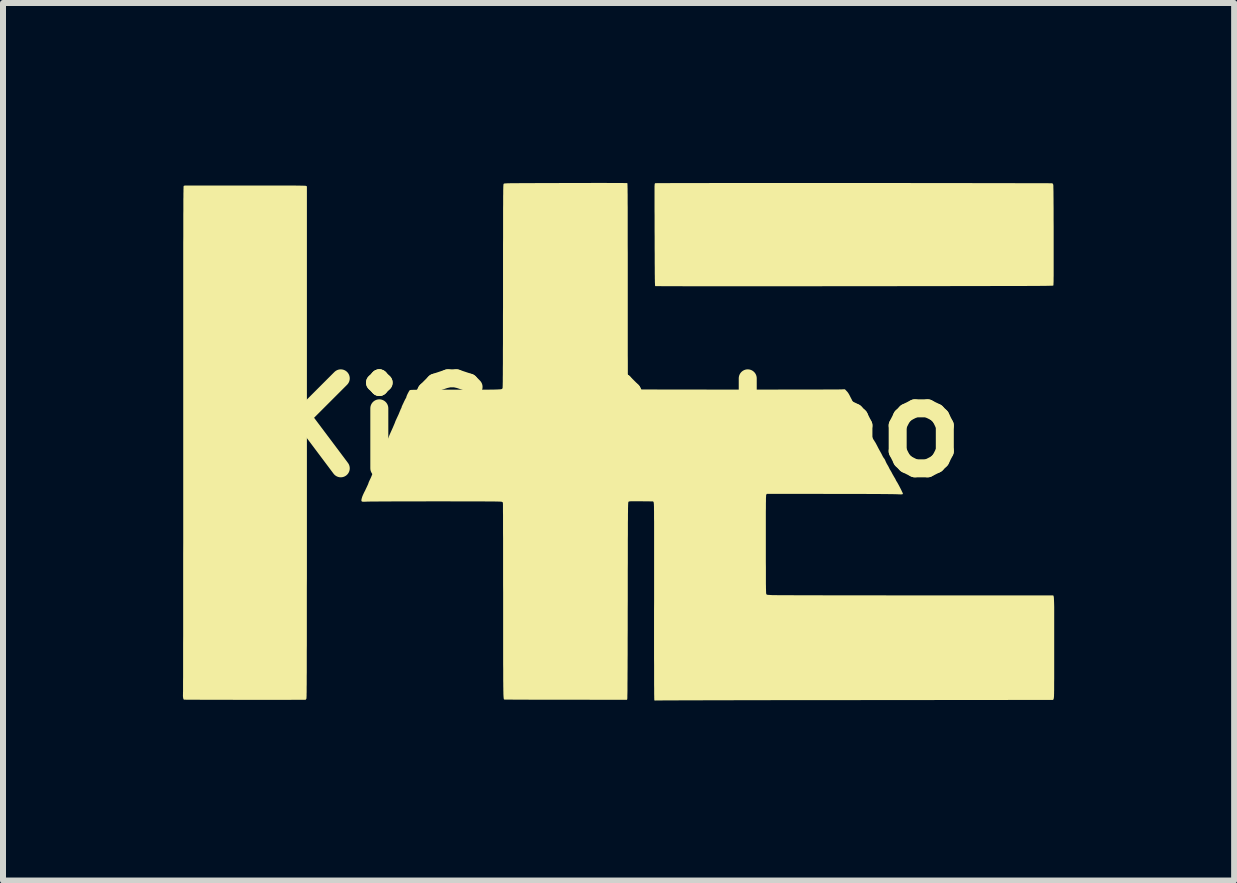
<source format=kicad_pcb>
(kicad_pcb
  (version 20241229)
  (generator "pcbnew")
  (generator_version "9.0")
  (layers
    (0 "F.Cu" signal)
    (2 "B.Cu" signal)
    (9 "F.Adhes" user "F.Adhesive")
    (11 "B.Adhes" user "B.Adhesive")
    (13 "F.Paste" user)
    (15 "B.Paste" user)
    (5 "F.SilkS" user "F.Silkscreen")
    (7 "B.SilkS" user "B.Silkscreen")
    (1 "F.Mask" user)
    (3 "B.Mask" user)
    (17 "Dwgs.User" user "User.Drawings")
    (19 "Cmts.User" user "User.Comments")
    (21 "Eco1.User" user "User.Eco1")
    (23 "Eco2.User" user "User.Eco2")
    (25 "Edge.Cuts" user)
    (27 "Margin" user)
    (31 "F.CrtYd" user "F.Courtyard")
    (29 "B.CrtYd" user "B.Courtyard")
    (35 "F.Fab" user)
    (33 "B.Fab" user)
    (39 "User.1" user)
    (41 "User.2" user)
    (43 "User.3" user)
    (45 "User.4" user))
  (footprint "KiCAD Loo"
    (layer "F.Cu")
    (at 7.203 4.08)
    (property "Reference" "KiCAD Loo" (at 0 0 0) (layer "F.SilkS") (effects (font (size 1.5 1.5) (thickness 0.3))))
    (attr board_only exclude_from_pos_files exclude_from_bom)
    (fp_poly (pts (xy 3.217 -4.079) (xy 3.375 -4.079) (xy 3.534 -4.079) (xy 3.694 -4.079) (xy 3.855 -4.079) (xy 4.016 -4.079) (xy 4.177 -4.079) (xy 4.337 -4.079) (xy 4.497 -4.079) (xy 4.655 -4.079) (xy 4.813 -4.079) (xy 4.968 -4.078) (xy 5.121 -4.078) (xy 5.272 -4.078) (xy 5.421 -4.078) (xy 5.566 -4.078) (xy 5.707 -4.078) (xy 5.845 -4.078) (xy 5.978 -4.077) (xy 6.108 -4.077) (xy 6.232 -4.077) (xy 6.351 -4.077) (xy 6.465 -4.077) (xy 6.573 -4.077) (xy 6.675 -4.076) (xy 6.77 -4.076) (xy 6.858 -4.076) (xy 6.94 -4.076) (xy 7.013 -4.076) (xy 7.079 -4.075) (xy 7.137 -4.075) (xy 7.186 -4.075) (xy 7.226 -4.075) (xy 7.257 -4.074) (xy 7.279 -4.074) (xy 7.291 -4.074) (xy 7.293 -4.074) (xy 7.301 -4.065) (xy 7.308 -4.052) (xy 7.308 -4.051) (xy 7.309 -4.044) (xy 7.31 -4.029) (xy 7.31 -4.004) (xy 7.311 -3.97) (xy 7.312 -3.926) (xy 7.312 -3.874) (xy 7.313 -3.812) (xy 7.313 -3.74) (xy 7.314 -3.658) (xy 7.314 -3.567) (xy 7.314 -3.466) (xy 7.315 -3.354) (xy 7.315 -3.232) (xy 7.315 -3.205) (xy 7.315 -3.095) (xy 7.315 -2.995) (xy 7.315 -2.904) (xy 7.315 -2.823) (xy 7.315 -2.75) (xy 7.315 -2.685) (xy 7.315 -2.628) (xy 7.315 -2.578) (xy 7.315 -2.534) (xy 7.314 -2.497) (xy 7.314 -2.466) (xy 7.314 -2.44) (xy 7.313 -2.419) (xy 7.312 -2.402) (xy 7.312 -2.389) (xy 7.311 -2.38) (xy 7.31 -2.374) (xy 7.309 -2.37) (xy 7.308 -2.368) (xy 7.307 -2.368) (xy 7.303 -2.367) (xy 7.296 -2.367) (xy 7.287 -2.366) (xy 7.274 -2.366) (xy 7.258 -2.366) (xy 7.239 -2.365) (xy 7.216 -2.365) (xy 7.189 -2.364) (xy 7.158 -2.364) (xy 7.122 -2.364) (xy 7.082 -2.363) (xy 7.037 -2.363) (xy 6.987 -2.363) (xy 6.931 -2.363) (xy 6.87 -2.362) (xy 6.804 -2.362) (xy 6.731 -2.362) (xy 6.652 -2.362) (xy 6.567 -2.361) (xy 6.474 -2.361) (xy 6.376 -2.361) (xy 6.27 -2.361) (xy 6.156 -2.36) (xy 6.035 -2.36) (xy 5.906 -2.36) (xy 5.77 -2.36) (xy 5.625 -2.36) (xy 5.471 -2.359) (xy 5.309 -2.359) (xy 5.138 -2.359) (xy 4.958 -2.359) (xy 4.768 -2.359) (xy 4.569 -2.358) (xy 4.36 -2.358) (xy 4.141 -2.358) (xy 3.99 -2.358) (xy 3.768 -2.358) (xy 3.551 -2.358) (xy 3.341 -2.357) (xy 3.138 -2.357) (xy 2.942 -2.357) (xy 2.753 -2.357) (xy 2.571 -2.357) (xy 2.396 -2.357) (xy 2.229 -2.357) (xy 2.069 -2.357) (xy 1.917 -2.357) (xy 1.773 -2.357) (xy 1.638 -2.357) (xy 1.51 -2.357) (xy 1.391 -2.357) (xy 1.28 -2.357) (xy 1.178 -2.357) (xy 1.085 -2.358) (xy 1.001 -2.358) (xy 0.926 -2.358) (xy 0.861 -2.358) (xy 0.805 -2.358) (xy 0.758 -2.359) (xy 0.722 -2.359) (xy 0.695 -2.359) (xy 0.678 -2.359) (xy 0.672 -2.36) (xy 0.672 -2.36) (xy 0.671 -2.361) (xy 0.67 -2.365) (xy 0.669 -2.371) (xy 0.668 -2.38) (xy 0.668 -2.393) (xy 0.667 -2.409) (xy 0.666 -2.43) (xy 0.666 -2.456) (xy 0.665 -2.487) (xy 0.665 -2.524) (xy 0.664 -2.567) (xy 0.664 -2.616) (xy 0.664 -2.673) (xy 0.663 -2.738) (xy 0.663 -2.811) (xy 0.663 -2.892) (xy 0.662 -2.982) (xy 0.662 -3.082) (xy 0.662 -3.187) (xy 0.661 -3.279) (xy 0.661 -3.369) (xy 0.661 -3.455) (xy 0.661 -3.538) (xy 0.66 -3.617) (xy 0.66 -3.691) (xy 0.66 -3.759) (xy 0.66 -3.822) (xy 0.66 -3.878) (xy 0.66 -3.926) (xy 0.66 -3.967) (xy 0.66 -4) (xy 0.66 -4.023) (xy 0.661 -4.037) (xy 0.661 -4.041) (xy 0.663 -4.061) (xy 0.667 -4.073) (xy 0.67 -4.076) (xy 0.676 -4.076) (xy 0.692 -4.076) (xy 0.718 -4.077) (xy 0.753 -4.077) (xy 0.797 -4.077) (xy 0.85 -4.077) (xy 0.911 -4.077) (xy 0.98 -4.078) (xy 1.057 -4.078) (xy 1.141 -4.078) (xy 1.233 -4.078) (xy 1.331 -4.078) (xy 1.435 -4.078) (xy 1.546 -4.078) (xy 1.662 -4.079) (xy 1.783 -4.079) (xy 1.91 -4.079) (xy 2.041 -4.079) (xy 2.176 -4.079) (xy 2.316 -4.079) (xy 2.459 -4.079) (xy 2.605 -4.079) (xy 2.755 -4.079) (xy 2.907 -4.079) (xy 3.061 -4.079)) (stroke (width 0) (type solid)) (fill yes) (layer "F.SilkS"))
    (fp_poly (pts (xy -6.581 -4.037) (xy -6.493 -4.037) (xy -6.4 -4.037) (xy -6.305 -4.037) (xy -6.206 -4.037) (xy -6.13 -4.037) (xy -6.008 -4.037) (xy -5.897 -4.037) (xy -5.795 -4.037) (xy -5.703 -4.037) (xy -5.619 -4.037) (xy -5.544 -4.037) (xy -5.477 -4.037) (xy -5.417 -4.036) (xy -5.365 -4.036) (xy -5.319 -4.036) (xy -5.28 -4.035) (xy -5.247 -4.035) (xy -5.219 -4.034) (xy -5.197 -4.034) (xy -5.179 -4.033) (xy -5.166 -4.033) (xy -5.157 -4.032) (xy -5.151 -4.031) (xy -5.149 -4.03) (xy -5.136 -4.023) (xy -5.136 0.238) (xy -5.136 0.493) (xy -5.136 0.738) (xy -5.136 0.973) (xy -5.136 1.198) (xy -5.136 1.414) (xy -5.136 1.62) (xy -5.136 1.817) (xy -5.136 2.005) (xy -5.136 2.184) (xy -5.136 2.354) (xy -5.136 2.517) (xy -5.137 2.671) (xy -5.137 2.817) (xy -5.137 2.955) (xy -5.137 3.086) (xy -5.137 3.209) (xy -5.137 3.326) (xy -5.137 3.435) (xy -5.137 3.538) (xy -5.137 3.634) (xy -5.138 3.724) (xy -5.138 3.808) (xy -5.138 3.885) (xy -5.138 3.957) (xy -5.138 4.024) (xy -5.138 4.085) (xy -5.139 4.142) (xy -5.139 4.193) (xy -5.139 4.24) (xy -5.139 4.282) (xy -5.14 4.32) (xy -5.14 4.354) (xy -5.14 4.384) (xy -5.14 4.41) (xy -5.141 4.433) (xy -5.141 4.453) (xy -5.141 4.47) (xy -5.142 4.484) (xy -5.142 4.495) (xy -5.143 4.504) (xy -5.143 4.51) (xy -5.143 4.515) (xy -5.144 4.518) (xy -5.144 4.518) (xy -5.151 4.531) (xy -5.157 4.537) (xy -5.158 4.537) (xy -5.172 4.538) (xy -5.194 4.538) (xy -5.226 4.538) (xy -5.265 4.538) (xy -5.312 4.538) (xy -5.366 4.538) (xy -5.426 4.539) (xy -5.491 4.539) (xy -5.562 4.539) (xy -5.637 4.539) (xy -5.716 4.539) (xy -5.799 4.539) (xy -5.884 4.539) (xy -5.97 4.539) (xy -6.059 4.539) (xy -6.148 4.539) (xy -6.237 4.539) (xy -6.325 4.539) (xy -6.413 4.538) (xy -6.499 4.538) (xy -6.583 4.538) (xy -6.664 4.538) (xy -6.741 4.538) (xy -6.814 4.538) (xy -6.882 4.538) (xy -6.945 4.537) (xy -7.002 4.537) (xy -7.053 4.537) (xy -7.096 4.537) (xy -7.132 4.537) (xy -7.159 4.536) (xy -7.177 4.536) (xy -7.186 4.536) (xy -7.186 4.536) (xy -7.195 4.525) (xy -7.2 4.505) (xy -7.203 4.474) (xy -7.202 4.435) (xy -7.202 4.425) (xy -7.202 4.417) (xy -7.201 4.398) (xy -7.201 4.37) (xy -7.201 4.332) (xy -7.201 4.285) (xy -7.201 4.228) (xy -7.2 4.162) (xy -7.2 4.088) (xy -7.2 4.006) (xy -7.2 3.915) (xy -7.2 3.816) (xy -7.2 3.71) (xy -7.2 3.596) (xy -7.199 3.475) (xy -7.199 3.347) (xy -7.199 3.213) (xy -7.199 3.072) (xy -7.199 2.925) (xy -7.199 2.772) (xy -7.199 2.613) (xy -7.199 2.449) (xy -7.199 2.28) (xy -7.199 2.106) (xy -7.198 1.927) (xy -7.198 1.744) (xy -7.198 1.557) (xy -7.198 1.366) (xy -7.198 1.171) (xy -7.198 0.973) (xy -7.198 0.771) (xy -7.198 0.567) (xy -7.198 0.36) (xy -7.198 0.171) (xy -7.198 -0.082) (xy -7.198 -0.324) (xy -7.198 -0.557) (xy -7.198 -0.779) (xy -7.198 -0.992) (xy -7.198 -1.196) (xy -7.198 -1.391) (xy -7.198 -1.576) (xy -7.198 -1.753) (xy -7.198 -1.921) (xy -7.198 -2.081) (xy -7.198 -2.233) (xy -7.198 -2.376) (xy -7.198 -2.513) (xy -7.198 -2.641) (xy -7.198 -2.762) (xy -7.198 -2.876) (xy -7.198 -2.984) (xy -7.198 -3.084) (xy -7.197 -3.178) (xy -7.197 -3.266) (xy -7.197 -3.348) (xy -7.197 -3.424) (xy -7.197 -3.494) (xy -7.197 -3.559) (xy -7.196 -3.618) (xy -7.196 -3.673) (xy -7.196 -3.722) (xy -7.196 -3.767) (xy -7.196 -3.808) (xy -7.195 -3.844) (xy -7.195 -3.877) (xy -7.195 -3.905) (xy -7.194 -3.93) (xy -7.194 -3.952) (xy -7.194 -3.971) (xy -7.193 -3.986) (xy -7.193 -3.999) (xy -7.193 -4.009) (xy -7.192 -4.017) (xy -7.192 -4.023) (xy -7.191 -4.027) (xy -7.191 -4.029) (xy -7.191 -4.029) (xy -7.183 -4.034) (xy -7.168 -4.036) (xy -7.145 -4.037) (xy -7.14 -4.037) (xy -7.131 -4.037) (xy -7.111 -4.037) (xy -7.082 -4.037) (xy -7.045 -4.037) (xy -6.999 -4.037) (xy -6.945 -4.037) (xy -6.885 -4.037) (xy -6.817 -4.037) (xy -6.744 -4.037) (xy -6.665 -4.037)) (stroke (width 0) (type solid)) (fill yes) (layer "F.SilkS"))
    (fp_poly (pts (xy -0.181 -4.08) (xy -0.108 -4.079) (xy -0.042 -4.079) (xy 0.018 -4.079) (xy 0.07 -4.079) (xy 0.115 -4.079) (xy 0.151 -4.078) (xy 0.179 -4.078) (xy 0.197 -4.078) (xy 0.206 -4.077) (xy 0.206 -4.077) (xy 0.207 -4.076) (xy 0.207 -4.072) (xy 0.208 -4.066) (xy 0.209 -4.057) (xy 0.209 -4.044) (xy 0.21 -4.029) (xy 0.21 -4.009) (xy 0.211 -3.985) (xy 0.211 -3.957) (xy 0.211 -3.924) (xy 0.212 -3.885) (xy 0.212 -3.842) (xy 0.212 -3.792) (xy 0.212 -3.737) (xy 0.213 -3.675) (xy 0.213 -3.607) (xy 0.213 -3.531) (xy 0.213 -3.448) (xy 0.213 -3.358) (xy 0.213 -3.259) (xy 0.213 -3.152) (xy 0.213 -3.037) (xy 0.214 -2.913) (xy 0.214 -2.779) (xy 0.214 -2.636) (xy 0.214 -2.483) (xy 0.214 -2.37) (xy 0.214 -2.202) (xy 0.214 -2.043) (xy 0.214 -1.895) (xy 0.214 -1.757) (xy 0.214 -1.627) (xy 0.214 -1.508) (xy 0.214 -1.397) (xy 0.214 -1.295) (xy 0.214 -1.201) (xy 0.215 -1.116) (xy 0.215 -1.039) (xy 0.215 -0.969) (xy 0.215 -0.907) (xy 0.216 -0.853) (xy 0.216 -0.806) (xy 0.217 -0.765) (xy 0.217 -0.731) (xy 0.217 -0.704) (xy 0.218 -0.683) (xy 0.218 -0.668) (xy 0.219 -0.658) (xy 0.22 -0.654) (xy 0.22 -0.654) (xy 0.227 -0.643) (xy 0.235 -0.638) (xy 0.241 -0.638) (xy 0.257 -0.637) (xy 0.282 -0.637) (xy 0.317 -0.637) (xy 0.36 -0.637) (xy 0.411 -0.636) (xy 0.47 -0.636) (xy 0.536 -0.636) (xy 0.609 -0.636) (xy 0.688 -0.636) (xy 0.773 -0.635) (xy 0.863 -0.635) (xy 0.958 -0.635) (xy 1.057 -0.635) (xy 1.161 -0.635) (xy 1.267 -0.635) (xy 1.377 -0.635) (xy 1.489 -0.635) (xy 1.604 -0.634) (xy 1.72 -0.634) (xy 1.837 -0.634) (xy 1.955 -0.634) (xy 2.073 -0.634) (xy 2.19 -0.634) (xy 2.307 -0.634) (xy 2.423 -0.634) (xy 2.538 -0.634) (xy 2.65 -0.634) (xy 2.759 -0.635) (xy 2.866 -0.635) (xy 2.969 -0.635) (xy 3.068 -0.635) (xy 3.163 -0.635) (xy 3.253 -0.635) (xy 3.337 -0.635) (xy 3.416 -0.635) (xy 3.488 -0.636) (xy 3.554 -0.636) (xy 3.612 -0.636) (xy 3.663 -0.636) (xy 3.706 -0.636) (xy 3.74 -0.637) (xy 3.765 -0.637) (xy 3.781 -0.637) (xy 3.785 -0.638) (xy 3.808 -0.639) (xy 3.823 -0.64) (xy 3.832 -0.639) (xy 3.838 -0.635) (xy 3.844 -0.63) (xy 3.845 -0.629) (xy 3.856 -0.617) (xy 3.87 -0.602) (xy 3.876 -0.596) (xy 3.887 -0.581) (xy 3.9 -0.561) (xy 3.912 -0.539) (xy 3.913 -0.537) (xy 3.923 -0.517) (xy 3.932 -0.499) (xy 3.939 -0.486) (xy 3.94 -0.484) (xy 3.946 -0.473) (xy 3.954 -0.456) (xy 3.963 -0.437) (xy 3.964 -0.435) (xy 3.974 -0.415) (xy 3.984 -0.396) (xy 3.993 -0.382) (xy 3.993 -0.382) (xy 4.004 -0.365) (xy 4.013 -0.346) (xy 4.014 -0.344) (xy 4.021 -0.326) (xy 4.032 -0.307) (xy 4.036 -0.301) (xy 4.047 -0.284) (xy 4.059 -0.263) (xy 4.068 -0.245) (xy 4.079 -0.225) (xy 4.089 -0.207) (xy 4.097 -0.195) (xy 4.103 -0.186) (xy 4.112 -0.169) (xy 4.125 -0.146) (xy 4.139 -0.119) (xy 4.155 -0.09) (xy 4.156 -0.086) (xy 4.171 -0.057) (xy 4.185 -0.031) (xy 4.197 -0.009) (xy 4.206 0.007) (xy 4.211 0.015) (xy 4.212 0.016) (xy 4.217 0.025) (xy 4.224 0.04) (xy 4.23 0.054) (xy 4.24 0.075) (xy 4.252 0.097) (xy 4.259 0.107) (xy 4.272 0.126) (xy 4.284 0.148) (xy 4.29 0.16) (xy 4.301 0.182) (xy 4.314 0.204) (xy 4.322 0.215) (xy 4.33 0.229) (xy 4.343 0.249) (xy 4.357 0.275) (xy 4.372 0.303) (xy 4.382 0.323) (xy 4.396 0.35) (xy 4.409 0.374) (xy 4.42 0.393) (xy 4.427 0.406) (xy 4.43 0.412) (xy 4.435 0.42) (xy 4.443 0.435) (xy 4.452 0.453) (xy 4.455 0.459) (xy 4.465 0.479) (xy 4.476 0.497) (xy 4.484 0.51) (xy 4.486 0.511) (xy 4.494 0.522) (xy 4.504 0.54) (xy 4.511 0.557) (xy 4.521 0.579) (xy 4.532 0.601) (xy 4.54 0.615) (xy 4.551 0.633) (xy 4.563 0.655) (xy 4.569 0.667) (xy 4.579 0.688) (xy 4.591 0.709) (xy 4.598 0.719) (xy 4.608 0.737) (xy 4.618 0.755) (xy 4.621 0.762) (xy 4.628 0.775) (xy 4.639 0.794) (xy 4.651 0.815) (xy 4.654 0.821) (xy 4.666 0.84) (xy 4.676 0.858) (xy 4.682 0.87) (xy 4.683 0.873) (xy 4.689 0.885) (xy 4.699 0.901) (xy 4.703 0.908) (xy 4.711 0.92) (xy 4.721 0.939) (xy 4.734 0.962) (xy 4.748 0.989) (xy 4.762 1.016) (xy 4.775 1.042) (xy 4.786 1.066) (xy 4.795 1.084) (xy 4.8 1.096) (xy 4.8 1.098) (xy 4.801 1.106) (xy 4.795 1.11) (xy 4.786 1.112) (xy 4.775 1.113) (xy 4.755 1.113) (xy 4.731 1.112) (xy 4.703 1.111) (xy 4.699 1.111) (xy 4.686 1.11) (xy 4.664 1.11) (xy 4.632 1.109) (xy 4.592 1.109) (xy 4.543 1.108) (xy 4.486 1.108) (xy 4.422 1.107) (xy 4.352 1.107) (xy 4.274 1.107) (xy 4.192 1.106) (xy 4.104 1.106) (xy 4.011 1.106) (xy 3.914 1.105) (xy 3.813 1.105) (xy 3.709 1.105) (xy 3.603 1.105) (xy 3.58 1.105) (xy 2.533 1.104) (xy 2.524 1.116) (xy 2.523 1.118) (xy 2.522 1.122) (xy 2.521 1.127) (xy 2.52 1.136) (xy 2.52 1.147) (xy 2.519 1.161) (xy 2.518 1.179) (xy 2.518 1.202) (xy 2.518 1.229) (xy 2.517 1.262) (xy 2.517 1.301) (xy 2.517 1.346) (xy 2.516 1.397) (xy 2.516 1.456) (xy 2.516 1.522) (xy 2.516 1.597) (xy 2.516 1.68) (xy 2.516 1.773) (xy 2.516 1.875) (xy 2.516 1.949) (xy 2.516 2.057) (xy 2.516 2.155) (xy 2.516 2.244) (xy 2.517 2.324) (xy 2.517 2.395) (xy 2.517 2.459) (xy 2.517 2.515) (xy 2.517 2.563) (xy 2.517 2.606) (xy 2.518 2.642) (xy 2.518 2.672) (xy 2.519 2.698) (xy 2.519 2.719) (xy 2.52 2.736) (xy 2.52 2.749) (xy 2.521 2.759) (xy 2.522 2.766) (xy 2.523 2.772) (xy 2.524 2.775) (xy 2.525 2.777) (xy 2.526 2.779) (xy 2.527 2.78) (xy 2.532 2.783) (xy 2.538 2.786) (xy 2.548 2.788) (xy 2.563 2.789) (xy 2.583 2.79) (xy 2.611 2.792) (xy 2.648 2.793) (xy 2.656 2.793) (xy 2.669 2.793) (xy 2.692 2.793) (xy 2.726 2.794) (xy 2.768 2.794) (xy 2.819 2.794) (xy 2.879 2.794) (xy 2.947 2.794) (xy 3.024 2.795) (xy 3.107 2.795) (xy 3.198 2.795) (xy 3.296 2.795) (xy 3.4 2.795) (xy 3.51 2.796) (xy 3.626 2.796) (xy 3.747 2.796) (xy 3.874 2.796) (xy 4.005 2.796) (xy 4.14 2.796) (xy 4.28 2.796) (xy 4.423 2.796) (xy 4.569 2.797) (xy 4.718 2.797) (xy 4.869 2.797) (xy 5.023 2.797) (xy 5.024 2.797) (xy 5.177 2.797) (xy 5.327 2.797) (xy 5.474 2.797) (xy 5.618 2.797) (xy 5.759 2.797) (xy 5.895 2.797) (xy 6.027 2.797) (xy 6.155 2.797) (xy 6.277 2.797) (xy 6.395 2.797) (xy 6.506 2.797) (xy 6.612 2.797) (xy 6.711 2.797) (xy 6.804 2.797) (xy 6.89 2.797) (xy 6.968 2.797) (xy 7.039 2.797) (xy 7.102 2.797) (xy 7.156 2.797) (xy 7.202 2.797) (xy 7.239 2.797) (xy 7.266 2.797) (xy 7.284 2.797) (xy 7.292 2.797) (xy 7.292 2.797) (xy 7.296 2.797) (xy 7.3 2.797) (xy 7.303 2.797) (xy 7.307 2.798) (xy 7.309 2.8) (xy 7.312 2.804) (xy 7.314 2.81) (xy 7.316 2.818) (xy 7.318 2.83) (xy 7.319 2.845) (xy 7.32 2.865) (xy 7.321 2.889) (xy 7.322 2.918) (xy 7.323 2.952) (xy 7.324 2.992) (xy 7.324 3.039) (xy 7.324 3.092) (xy 7.324 3.153) (xy 7.324 3.221) (xy 7.324 3.298) (xy 7.324 3.383) (xy 7.324 3.477) (xy 7.324 3.581) (xy 7.324 3.669) (xy 7.324 3.778) (xy 7.324 3.878) (xy 7.324 3.968) (xy 7.324 4.049) (xy 7.324 4.122) (xy 7.324 4.186) (xy 7.323 4.243) (xy 7.323 4.293) (xy 7.323 4.337) (xy 7.323 4.374) (xy 7.322 4.406) (xy 7.322 4.433) (xy 7.321 4.455) (xy 7.321 4.473) (xy 7.32 4.487) (xy 7.319 4.498) (xy 7.318 4.507) (xy 7.317 4.513) (xy 7.316 4.517) (xy 7.315 4.52) (xy 7.315 4.521) (xy 7.306 4.54) (xy 3.998 4.543) (xy 3.813 4.543) (xy 3.63 4.543) (xy 3.45 4.543) (xy 3.273 4.543) (xy 3.1 4.544) (xy 2.93 4.544) (xy 2.764 4.544) (xy 2.603 4.544) (xy 2.445 4.545) (xy 2.293 4.545) (xy 2.146 4.545) (xy 2.004 4.545) (xy 1.868 4.546) (xy 1.737 4.546) (xy 1.613 4.546) (xy 1.495 4.546) (xy 1.384 4.547) (xy 1.28 4.547) (xy 1.183 4.547) (xy 1.094 4.547) (xy 1.012 4.548) (xy 0.939 4.548) (xy 0.874 4.548) (xy 0.818 4.548) (xy 0.771 4.549) (xy 0.733 4.549) (xy 0.704 4.549) (xy 0.686 4.549) (xy 0.677 4.55) (xy 0.676 4.55) (xy 0.665 4.551) (xy 0.658 4.546) (xy 0.657 4.543) (xy 0.656 4.539) (xy 0.656 4.526) (xy 0.655 4.507) (xy 0.655 4.479) (xy 0.654 4.444) (xy 0.654 4.4) (xy 0.654 4.348) (xy 0.653 4.288) (xy 0.653 4.22) (xy 0.653 4.142) (xy 0.653 4.056) (xy 0.653 3.961) (xy 0.652 3.857) (xy 0.652 3.743) (xy 0.652 3.62) (xy 0.652 3.487) (xy 0.652 3.344) (xy 0.652 3.191) (xy 0.652 3.028) (xy 0.653 2.895) (xy 0.653 2.74) (xy 0.653 2.595) (xy 0.653 2.46) (xy 0.653 2.334) (xy 0.653 2.217) (xy 0.653 2.109) (xy 0.653 2.009) (xy 0.653 1.917) (xy 0.653 1.833) (xy 0.653 1.757) (xy 0.653 1.687) (xy 0.653 1.624) (xy 0.653 1.567) (xy 0.652 1.517) (xy 0.652 1.472) (xy 0.652 1.432) (xy 0.652 1.397) (xy 0.651 1.367) (xy 0.651 1.341) (xy 0.651 1.319) (xy 0.65 1.301) (xy 0.65 1.286) (xy 0.649 1.274) (xy 0.648 1.264) (xy 0.648 1.257) (xy 0.647 1.252) (xy 0.646 1.248) (xy 0.646 1.245) (xy 0.645 1.244) (xy 0.645 1.244) (xy 0.636 1.23) (xy 0.436 1.228) (xy 0.385 1.228) (xy 0.344 1.228) (xy 0.31 1.228) (xy 0.284 1.228) (xy 0.265 1.228) (xy 0.251 1.229) (xy 0.241 1.23) (xy 0.234 1.232) (xy 0.229 1.234) (xy 0.227 1.236) (xy 0.226 1.237) (xy 0.225 1.238) (xy 0.224 1.24) (xy 0.223 1.243) (xy 0.222 1.248) (xy 0.222 1.254) (xy 0.221 1.262) (xy 0.22 1.272) (xy 0.22 1.285) (xy 0.219 1.302) (xy 0.219 1.321) (xy 0.218 1.345) (xy 0.218 1.372) (xy 0.218 1.404) (xy 0.217 1.441) (xy 0.217 1.483) (xy 0.217 1.53) (xy 0.216 1.583) (xy 0.216 1.643) (xy 0.216 1.708) (xy 0.216 1.781) (xy 0.215 1.861) (xy 0.215 1.948) (xy 0.215 2.043) (xy 0.215 2.146) (xy 0.215 2.258) (xy 0.214 2.379) (xy 0.214 2.508) (xy 0.214 2.648) (xy 0.214 2.797) (xy 0.214 2.88) (xy 0.213 3.056) (xy 0.213 3.222) (xy 0.213 3.378) (xy 0.212 3.524) (xy 0.212 3.659) (xy 0.212 3.784) (xy 0.211 3.9) (xy 0.211 4.005) (xy 0.21 4.101) (xy 0.21 4.186) (xy 0.209 4.262) (xy 0.209 4.328) (xy 0.209 4.385) (xy 0.208 4.432) (xy 0.207 4.469) (xy 0.207 4.497) (xy 0.206 4.515) (xy 0.206 4.525) (xy 0.206 4.526) (xy 0.2 4.538) (xy -0.82 4.537) (xy -0.922 4.537) (xy -1.022 4.537) (xy -1.118 4.537) (xy -1.211 4.537) (xy -1.299 4.537) (xy -1.383 4.537) (xy -1.461 4.536) (xy -1.533 4.536) (xy -1.6 4.536) (xy -1.659 4.536) (xy -1.711 4.535) (xy -1.755 4.535) (xy -1.791 4.535) (xy -1.819 4.535) (xy -1.837 4.534) (xy -1.845 4.534) (xy -1.845 4.534) (xy -1.847 4.533) (xy -1.849 4.532) (xy -1.85 4.53) (xy -1.852 4.527) (xy -1.853 4.524) (xy -1.854 4.519) (xy -1.855 4.511) (xy -1.856 4.502) (xy -1.857 4.491) (xy -1.858 4.476) (xy -1.859 4.458) (xy -1.86 4.437) (xy -1.86 4.412) (xy -1.861 4.382) (xy -1.861 4.348) (xy -1.862 4.309) (xy -1.862 4.265) (xy -1.863 4.215) (xy -1.863 4.159) (xy -1.863 4.097) (xy -1.863 4.029) (xy -1.864 3.953) (xy -1.864 3.87) (xy -1.864 3.78) (xy -1.864 3.681) (xy -1.864 3.575) (xy -1.864 3.459) (xy -1.864 3.335) (xy -1.864 3.201) (xy -1.864 3.058) (xy -1.864 2.904) (xy -1.864 2.876) (xy -1.864 2.747) (xy -1.865 2.62) (xy -1.865 2.496) (xy -1.865 2.376) (xy -1.865 2.26) (xy -1.865 2.148) (xy -1.865 2.041) (xy -1.865 1.939) (xy -1.865 1.842) (xy -1.866 1.751) (xy -1.866 1.666) (xy -1.866 1.588) (xy -1.866 1.517) (xy -1.866 1.454) (xy -1.867 1.398) (xy -1.867 1.35) (xy -1.867 1.312) (xy -1.867 1.282) (xy -1.868 1.262) (xy -1.868 1.251) (xy -1.868 1.25) (xy -1.874 1.244) (xy -1.885 1.237) (xy -1.886 1.237) (xy -1.888 1.236) (xy -1.893 1.235) (xy -1.9 1.235) (xy -1.91 1.234) (xy -1.923 1.233) (xy -1.94 1.233) (xy -1.961 1.232) (xy -1.987 1.232) (xy -2.017 1.231) (xy -2.052 1.231) (xy -2.094 1.231) (xy -2.141 1.231) (xy -2.195 1.23) (xy -2.255 1.23) (xy -2.323 1.23) (xy -2.399 1.23) (xy -2.483 1.23) (xy -2.575 1.23) (xy -2.676 1.23) (xy -2.787 1.229) (xy -2.907 1.229) (xy -2.999 1.229) (xy -3.107 1.229) (xy -3.213 1.23) (xy -3.316 1.23) (xy -3.415 1.23) (xy -3.51 1.23) (xy -3.6 1.23) (xy -3.685 1.23) (xy -3.764 1.231) (xy -3.838 1.231) (xy -3.905 1.231) (xy -3.964 1.232) (xy -4.016 1.232) (xy -4.06 1.232) (xy -4.096 1.233) (xy -4.122 1.233) (xy -4.138 1.234) (xy -4.144 1.234) (xy -4.175 1.236) (xy -4.198 1.236) (xy -4.213 1.234) (xy -4.223 1.228) (xy -4.225 1.226) (xy -4.228 1.215) (xy -4.226 1.197) (xy -4.22 1.173) (xy -4.211 1.145) (xy -4.198 1.115) (xy -4.183 1.083) (xy -4.174 1.065) (xy -4.167 1.053) (xy -4.159 1.035) (xy -4.149 1.014) (xy -4.138 0.991) (xy -4.128 0.969) (xy -4.119 0.95) (xy -4.113 0.935) (xy -4.11 0.927) (xy -4.11 0.927) (xy -4.109 0.921) (xy -4.104 0.909) (xy -4.096 0.89) (xy -4.083 0.863) (xy -4.068 0.831) (xy -4.059 0.809) (xy -4.05 0.787) (xy -4.045 0.774) (xy -4.039 0.758) (xy -4.03 0.736) (xy -4.019 0.712) (xy -4.011 0.695) (xy -3.994 0.659) (xy -3.978 0.625) (xy -3.964 0.596) (xy -3.954 0.572) (xy -3.947 0.555) (xy -3.943 0.546) (xy -3.943 0.546) (xy -3.941 0.538) (xy -3.936 0.525) (xy -3.933 0.519) (xy -3.927 0.506) (xy -3.918 0.486) (xy -3.908 0.462) (xy -3.896 0.436) (xy -3.894 0.43) (xy -3.881 0.401) (xy -3.868 0.373) (xy -3.857 0.347) (xy -3.848 0.327) (xy -3.847 0.326) (xy -3.837 0.303) (xy -3.825 0.278) (xy -3.813 0.251) (xy -3.801 0.224) (xy -3.79 0.199) (xy -3.781 0.178) (xy -3.775 0.163) (xy -3.772 0.154) (xy -3.771 0.153) (xy -3.769 0.147) (xy -3.763 0.133) (xy -3.754 0.112) (xy -3.742 0.085) (xy -3.728 0.054) (xy -3.712 0.019) (xy -3.712 0.018) (xy -3.703 -0.001) (xy -3.694 -0.023) (xy -3.684 -0.046) (xy -3.675 -0.067) (xy -3.668 -0.085) (xy -3.663 -0.098) (xy -3.662 -0.102) (xy -3.66 -0.108) (xy -3.654 -0.121) (xy -3.645 -0.14) (xy -3.635 -0.162) (xy -3.634 -0.164) (xy -3.621 -0.192) (xy -3.607 -0.222) (xy -3.596 -0.249) (xy -3.589 -0.266) (xy -3.58 -0.287) (xy -3.573 -0.305) (xy -3.567 -0.318) (xy -3.565 -0.32) (xy -3.559 -0.331) (xy -3.558 -0.338) (xy -3.556 -0.347) (xy -3.55 -0.361) (xy -3.545 -0.372) (xy -3.537 -0.389) (xy -3.526 -0.412) (xy -3.515 -0.436) (xy -3.511 -0.444) (xy -3.501 -0.464) (xy -3.493 -0.48) (xy -3.486 -0.49) (xy -3.485 -0.493) (xy -3.48 -0.5) (xy -3.48 -0.505) (xy -3.477 -0.515) (xy -3.471 -0.532) (xy -3.462 -0.553) (xy -3.451 -0.575) (xy -3.44 -0.595) (xy -3.431 -0.612) (xy -3.423 -0.622) (xy -3.423 -0.622) (xy -3.421 -0.624) (xy -3.419 -0.625) (xy -3.416 -0.626) (xy -3.411 -0.627) (xy -3.404 -0.628) (xy -3.395 -0.629) (xy -3.383 -0.63) (xy -3.368 -0.63) (xy -3.348 -0.631) (xy -3.324 -0.631) (xy -3.295 -0.632) (xy -3.26 -0.632) (xy -3.22 -0.632) (xy -3.172 -0.633) (xy -3.118 -0.633) (xy -3.056 -0.633) (xy -2.986 -0.633) (xy -2.908 -0.633) (xy -2.82 -0.633) (xy -2.723 -0.633) (xy -2.657 -0.633) (xy -2.553 -0.633) (xy -2.458 -0.633) (xy -2.373 -0.633) (xy -2.297 -0.633) (xy -2.229 -0.633) (xy -2.169 -0.633) (xy -2.116 -0.633) (xy -2.07 -0.634) (xy -2.031 -0.634) (xy -1.998 -0.635) (xy -1.97 -0.636) (xy -1.947 -0.637) (xy -1.928 -0.638) (xy -1.913 -0.639) (xy -1.902 -0.64) (xy -1.893 -0.642) (xy -1.887 -0.644) (xy -1.883 -0.646) (xy -1.88 -0.649) (xy -1.878 -0.651) (xy -1.876 -0.655) (xy -1.874 -0.658) (xy -1.873 -0.661) (xy -1.873 -0.667) (xy -1.872 -0.678) (xy -1.872 -0.692) (xy -1.871 -0.711) (xy -1.871 -0.735) (xy -1.87 -0.764) (xy -1.87 -0.798) (xy -1.87 -0.838) (xy -1.869 -0.884) (xy -1.869 -0.937) (xy -1.869 -0.995) (xy -1.868 -1.061) (xy -1.868 -1.134) (xy -1.868 -1.214) (xy -1.868 -1.302) (xy -1.867 -1.397) (xy -1.867 -1.502) (xy -1.867 -1.614) (xy -1.867 -1.736) (xy -1.867 -1.867) (xy -1.866 -2.007) (xy -1.866 -2.157) (xy -1.866 -2.317) (xy -1.866 -2.362) (xy -1.866 -2.52) (xy -1.866 -2.667) (xy -1.866 -2.805) (xy -1.866 -2.933) (xy -1.866 -3.052) (xy -1.865 -3.163) (xy -1.865 -3.265) (xy -1.865 -3.359) (xy -1.865 -3.445) (xy -1.865 -3.524) (xy -1.865 -3.596) (xy -1.865 -3.661) (xy -1.864 -3.719) (xy -1.864 -3.772) (xy -1.864 -3.819) (xy -1.864 -3.86) (xy -1.863 -3.897) (xy -1.863 -3.929) (xy -1.863 -3.956) (xy -1.862 -3.979) (xy -1.862 -3.999) (xy -1.861 -4.015) (xy -1.861 -4.028) (xy -1.86 -4.039) (xy -1.859 -4.047) (xy -1.859 -4.053) (xy -1.858 -4.058) (xy -1.857 -4.061) (xy -1.856 -4.063) (xy -1.855 -4.064) (xy -1.855 -4.065) (xy -1.854 -4.066) (xy -1.853 -4.067) (xy -1.851 -4.068) (xy -1.849 -4.069) (xy -1.845 -4.07) (xy -1.84 -4.071) (xy -1.832 -4.072) (xy -1.822 -4.072) (xy -1.809 -4.073) (xy -1.792 -4.074) (xy -1.772 -4.074) (xy -1.747 -4.075) (xy -1.718 -4.075) (xy -1.684 -4.076) (xy -1.644 -4.076) (xy -1.598 -4.076) (xy -1.545 -4.077) (xy -1.486 -4.077) (xy -1.419 -4.077) (xy -1.344 -4.077) (xy -1.262 -4.078) (xy -1.171 -4.078) (xy -1.07 -4.078) (xy -0.96 -4.078) (xy -0.841 -4.079) (xy -0.823 -4.079) (xy -0.72 -4.079) (xy -0.62 -4.079) (xy -0.524 -4.079) (xy -0.431 -4.079) (xy -0.343 -4.08) (xy -0.259 -4.08)) (stroke (width 0) (type solid)) (fill yes) (layer "F.SilkS")))
  (gr_rect
    (start -3 -3)
    (end 17.527 11.631)
    (stroke (width 0.1) (type default))
    (fill no)
    (layer "Edge.Cuts")))
</source>
